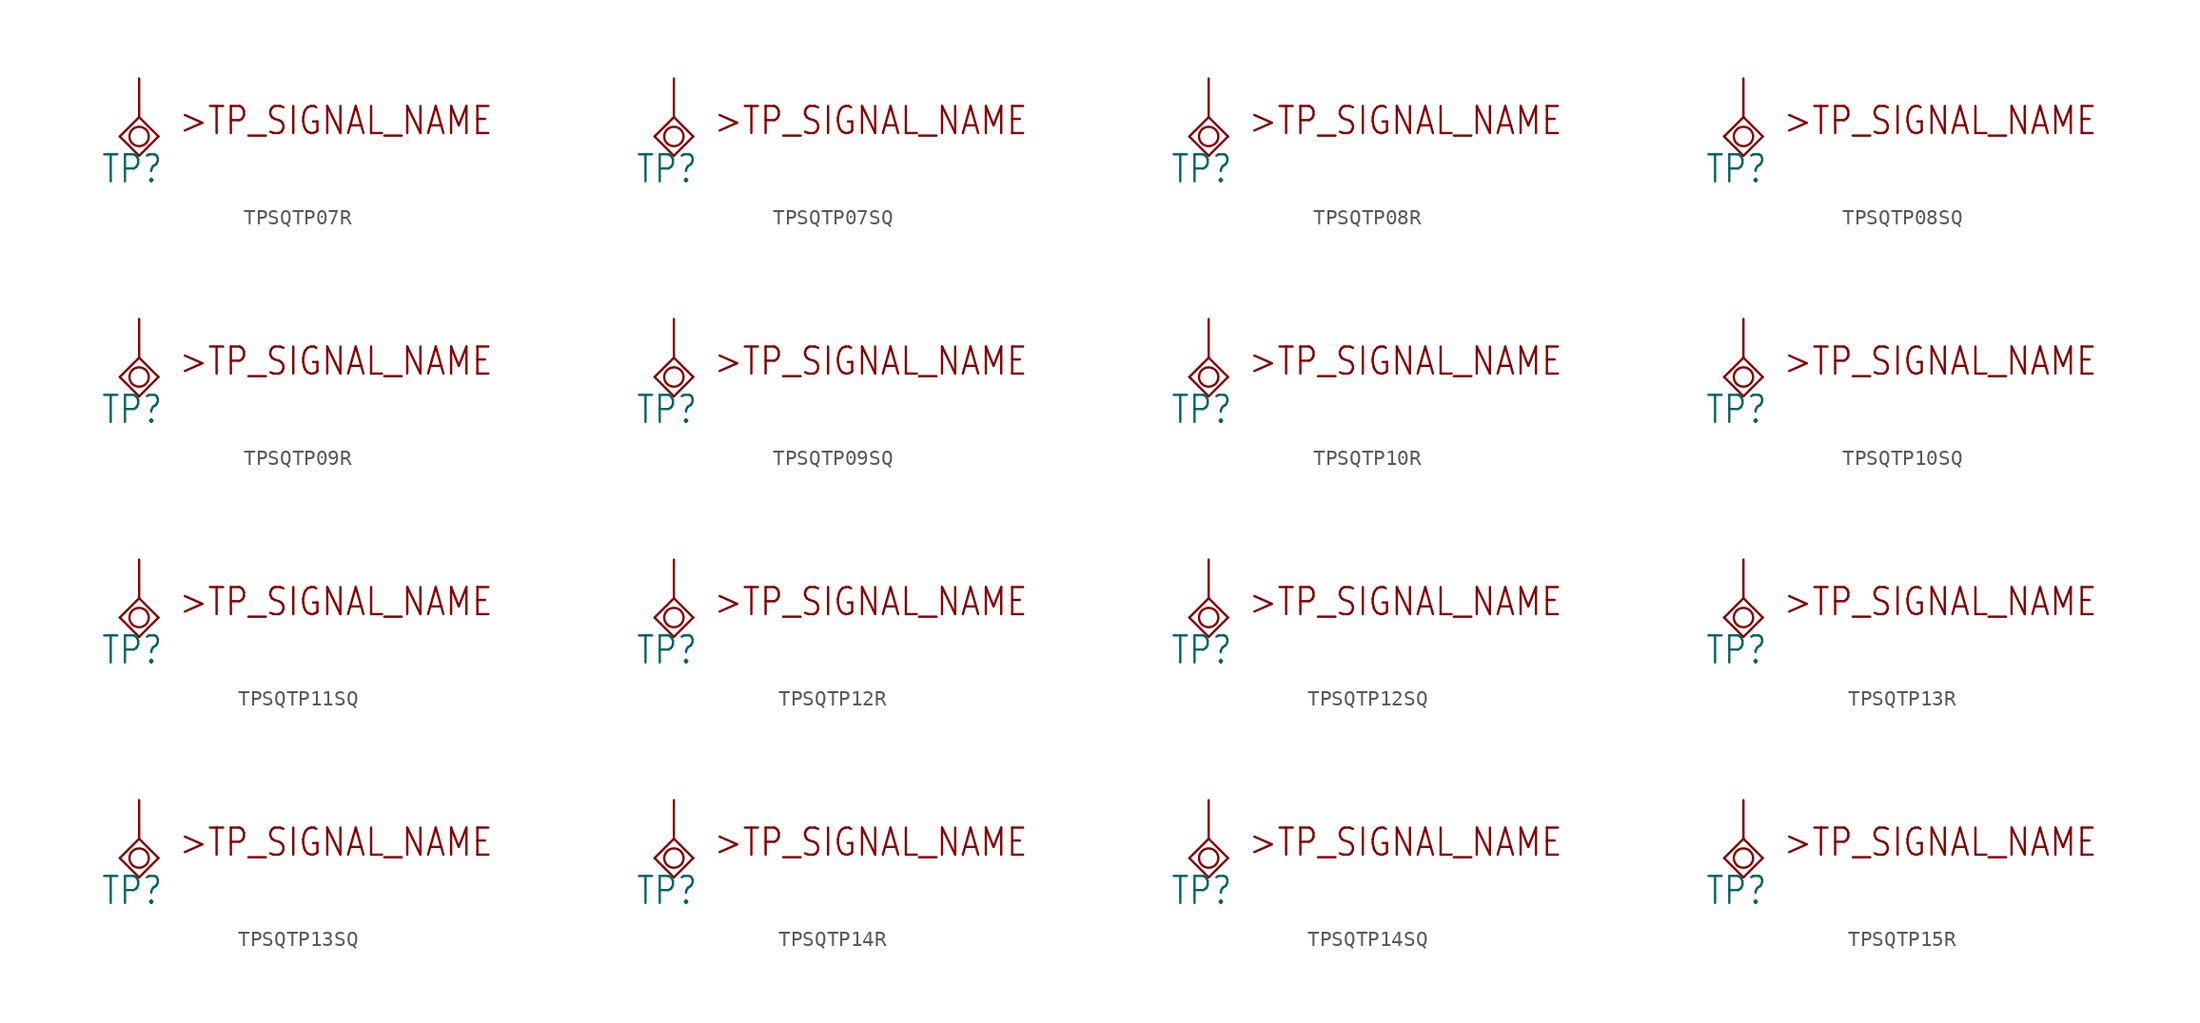
<source format=kicad_sym>
(kicad_symbol_lib
  (version 20211014)
  (generator kicad_symbol_editor)
  (symbol "TPSQTP07R"
    (property "Reference" "TP"
      (at -2.54 -4.445 0)
      (effects (font (size 1.778 1.511)) (justify left bottom)))
    (property "ki_locked" ""
      (at 0 0 0)
      (effects (font (size 1.27 1.27))))
    (symbol "TPSQTP07R_1_0"
      (circle (center 0 -1.27) (radius 0.635) (stroke (width 0.152) (type default) (color 0 0 0 0)) (fill (type none)))
      (polyline (pts (xy -1.27 -1.27) (xy 0 -2.54)) (stroke (width 0.152) (type default) (color 0 0 0 0)) (fill (type none)))
      (polyline (pts (xy 0 -2.54) (xy 1.27 -1.27)) (stroke (width 0.152) (type default) (color 0 0 0 0)) (fill (type none)))
      (polyline (pts (xy 0 0) (xy -1.27 -1.27)) (stroke (width 0.152) (type default) (color 0 0 0 0)) (fill (type none)))
      (polyline (pts (xy 1.27 -1.27) (xy 0 0)) (stroke (width 0.152) (type default) (color 0 0 0 0)) (fill (type none)))
      (text ">TP_SIGNAL_NAME" (at 2.54 -1.27 0) (effects (font (size 1.778 1.511)) (justify left bottom)))
      (pin input line (at 0 2.54 270) (length 2.54) (name "TP" (effects (font (size 0 0)))) (number "TP" (effects (font (size 0 0)))))))
  (symbol "TPSQTP07SQ"
    (property "Reference" "TP"
      (at -2.54 -4.445 0)
      (effects (font (size 1.778 1.511)) (justify left bottom)))
    (property "ki_locked" ""
      (at 0 0 0)
      (effects (font (size 1.27 1.27))))
    (symbol "TPSQTP07SQ_1_0"
      (circle (center 0 -1.27) (radius 0.635) (stroke (width 0.152) (type default) (color 0 0 0 0)) (fill (type none)))
      (polyline (pts (xy -1.27 -1.27) (xy 0 -2.54)) (stroke (width 0.152) (type default) (color 0 0 0 0)) (fill (type none)))
      (polyline (pts (xy 0 -2.54) (xy 1.27 -1.27)) (stroke (width 0.152) (type default) (color 0 0 0 0)) (fill (type none)))
      (polyline (pts (xy 0 0) (xy -1.27 -1.27)) (stroke (width 0.152) (type default) (color 0 0 0 0)) (fill (type none)))
      (polyline (pts (xy 1.27 -1.27) (xy 0 0)) (stroke (width 0.152) (type default) (color 0 0 0 0)) (fill (type none)))
      (text ">TP_SIGNAL_NAME" (at 2.54 -1.27 0) (effects (font (size 1.778 1.511)) (justify left bottom)))
      (pin input line (at 0 2.54 270) (length 2.54) (name "TP" (effects (font (size 0 0)))) (number "TP" (effects (font (size 0 0)))))))
  (symbol "TPSQTP08R"
    (property "Reference" "TP"
      (at -2.54 -4.445 0)
      (effects (font (size 1.778 1.511)) (justify left bottom)))
    (property "ki_locked" ""
      (at 0 0 0)
      (effects (font (size 1.27 1.27))))
    (symbol "TPSQTP08R_1_0"
      (circle (center 0 -1.27) (radius 0.635) (stroke (width 0.152) (type default) (color 0 0 0 0)) (fill (type none)))
      (polyline (pts (xy -1.27 -1.27) (xy 0 -2.54)) (stroke (width 0.152) (type default) (color 0 0 0 0)) (fill (type none)))
      (polyline (pts (xy 0 -2.54) (xy 1.27 -1.27)) (stroke (width 0.152) (type default) (color 0 0 0 0)) (fill (type none)))
      (polyline (pts (xy 0 0) (xy -1.27 -1.27)) (stroke (width 0.152) (type default) (color 0 0 0 0)) (fill (type none)))
      (polyline (pts (xy 1.27 -1.27) (xy 0 0)) (stroke (width 0.152) (type default) (color 0 0 0 0)) (fill (type none)))
      (text ">TP_SIGNAL_NAME" (at 2.54 -1.27 0) (effects (font (size 1.778 1.511)) (justify left bottom)))
      (pin input line (at 0 2.54 270) (length 2.54) (name "TP" (effects (font (size 0 0)))) (number "TP" (effects (font (size 0 0)))))))
  (symbol "TPSQTP08SQ"
    (property "Reference" "TP"
      (at -2.54 -4.445 0)
      (effects (font (size 1.778 1.511)) (justify left bottom)))
    (property "ki_locked" ""
      (at 0 0 0)
      (effects (font (size 1.27 1.27))))
    (symbol "TPSQTP08SQ_1_0"
      (circle (center 0 -1.27) (radius 0.635) (stroke (width 0.152) (type default) (color 0 0 0 0)) (fill (type none)))
      (polyline (pts (xy -1.27 -1.27) (xy 0 -2.54)) (stroke (width 0.152) (type default) (color 0 0 0 0)) (fill (type none)))
      (polyline (pts (xy 0 -2.54) (xy 1.27 -1.27)) (stroke (width 0.152) (type default) (color 0 0 0 0)) (fill (type none)))
      (polyline (pts (xy 0 0) (xy -1.27 -1.27)) (stroke (width 0.152) (type default) (color 0 0 0 0)) (fill (type none)))
      (polyline (pts (xy 1.27 -1.27) (xy 0 0)) (stroke (width 0.152) (type default) (color 0 0 0 0)) (fill (type none)))
      (text ">TP_SIGNAL_NAME" (at 2.54 -1.27 0) (effects (font (size 1.778 1.511)) (justify left bottom)))
      (pin input line (at 0 2.54 270) (length 2.54) (name "TP" (effects (font (size 0 0)))) (number "TP" (effects (font (size 0 0)))))))
  (symbol "TPSQTP09R"
    (property "Reference" "TP"
      (at -2.54 -4.445 0)
      (effects (font (size 1.778 1.511)) (justify left bottom)))
    (property "ki_locked" ""
      (at 0 0 0)
      (effects (font (size 1.27 1.27))))
    (symbol "TPSQTP09R_1_0"
      (circle (center 0 -1.27) (radius 0.635) (stroke (width 0.152) (type default) (color 0 0 0 0)) (fill (type none)))
      (polyline (pts (xy -1.27 -1.27) (xy 0 -2.54)) (stroke (width 0.152) (type default) (color 0 0 0 0)) (fill (type none)))
      (polyline (pts (xy 0 -2.54) (xy 1.27 -1.27)) (stroke (width 0.152) (type default) (color 0 0 0 0)) (fill (type none)))
      (polyline (pts (xy 0 0) (xy -1.27 -1.27)) (stroke (width 0.152) (type default) (color 0 0 0 0)) (fill (type none)))
      (polyline (pts (xy 1.27 -1.27) (xy 0 0)) (stroke (width 0.152) (type default) (color 0 0 0 0)) (fill (type none)))
      (text ">TP_SIGNAL_NAME" (at 2.54 -1.27 0) (effects (font (size 1.778 1.511)) (justify left bottom)))
      (pin input line (at 0 2.54 270) (length 2.54) (name "TP" (effects (font (size 0 0)))) (number "TP" (effects (font (size 0 0)))))))
  (symbol "TPSQTP09SQ"
    (property "Reference" "TP"
      (at -2.54 -4.445 0)
      (effects (font (size 1.778 1.511)) (justify left bottom)))
    (property "ki_locked" ""
      (at 0 0 0)
      (effects (font (size 1.27 1.27))))
    (symbol "TPSQTP09SQ_1_0"
      (circle (center 0 -1.27) (radius 0.635) (stroke (width 0.152) (type default) (color 0 0 0 0)) (fill (type none)))
      (polyline (pts (xy -1.27 -1.27) (xy 0 -2.54)) (stroke (width 0.152) (type default) (color 0 0 0 0)) (fill (type none)))
      (polyline (pts (xy 0 -2.54) (xy 1.27 -1.27)) (stroke (width 0.152) (type default) (color 0 0 0 0)) (fill (type none)))
      (polyline (pts (xy 0 0) (xy -1.27 -1.27)) (stroke (width 0.152) (type default) (color 0 0 0 0)) (fill (type none)))
      (polyline (pts (xy 1.27 -1.27) (xy 0 0)) (stroke (width 0.152) (type default) (color 0 0 0 0)) (fill (type none)))
      (text ">TP_SIGNAL_NAME" (at 2.54 -1.27 0) (effects (font (size 1.778 1.511)) (justify left bottom)))
      (pin input line (at 0 2.54 270) (length 2.54) (name "TP" (effects (font (size 0 0)))) (number "TP" (effects (font (size 0 0)))))))
  (symbol "TPSQTP10R"
    (property "Reference" "TP"
      (at -2.54 -4.445 0)
      (effects (font (size 1.778 1.511)) (justify left bottom)))
    (property "ki_locked" ""
      (at 0 0 0)
      (effects (font (size 1.27 1.27))))
    (symbol "TPSQTP10R_1_0"
      (circle (center 0 -1.27) (radius 0.635) (stroke (width 0.152) (type default) (color 0 0 0 0)) (fill (type none)))
      (polyline (pts (xy -1.27 -1.27) (xy 0 -2.54)) (stroke (width 0.152) (type default) (color 0 0 0 0)) (fill (type none)))
      (polyline (pts (xy 0 -2.54) (xy 1.27 -1.27)) (stroke (width 0.152) (type default) (color 0 0 0 0)) (fill (type none)))
      (polyline (pts (xy 0 0) (xy -1.27 -1.27)) (stroke (width 0.152) (type default) (color 0 0 0 0)) (fill (type none)))
      (polyline (pts (xy 1.27 -1.27) (xy 0 0)) (stroke (width 0.152) (type default) (color 0 0 0 0)) (fill (type none)))
      (text ">TP_SIGNAL_NAME" (at 2.54 -1.27 0) (effects (font (size 1.778 1.511)) (justify left bottom)))
      (pin input line (at 0 2.54 270) (length 2.54) (name "TP" (effects (font (size 0 0)))) (number "TP" (effects (font (size 0 0)))))))
  (symbol "TPSQTP10SQ"
    (property "Reference" "TP"
      (at -2.54 -4.445 0)
      (effects (font (size 1.778 1.511)) (justify left bottom)))
    (property "ki_locked" ""
      (at 0 0 0)
      (effects (font (size 1.27 1.27))))
    (symbol "TPSQTP10SQ_1_0"
      (circle (center 0 -1.27) (radius 0.635) (stroke (width 0.152) (type default) (color 0 0 0 0)) (fill (type none)))
      (polyline (pts (xy -1.27 -1.27) (xy 0 -2.54)) (stroke (width 0.152) (type default) (color 0 0 0 0)) (fill (type none)))
      (polyline (pts (xy 0 -2.54) (xy 1.27 -1.27)) (stroke (width 0.152) (type default) (color 0 0 0 0)) (fill (type none)))
      (polyline (pts (xy 0 0) (xy -1.27 -1.27)) (stroke (width 0.152) (type default) (color 0 0 0 0)) (fill (type none)))
      (polyline (pts (xy 1.27 -1.27) (xy 0 0)) (stroke (width 0.152) (type default) (color 0 0 0 0)) (fill (type none)))
      (text ">TP_SIGNAL_NAME" (at 2.54 -1.27 0) (effects (font (size 1.778 1.511)) (justify left bottom)))
      (pin input line (at 0 2.54 270) (length 2.54) (name "TP" (effects (font (size 0 0)))) (number "TP" (effects (font (size 0 0)))))))
  (symbol "TPSQTP11SQ"
    (property "Reference" "TP"
      (at -2.54 -4.445 0)
      (effects (font (size 1.778 1.511)) (justify left bottom)))
    (property "ki_locked" ""
      (at 0 0 0)
      (effects (font (size 1.27 1.27))))
    (symbol "TPSQTP11SQ_1_0"
      (circle (center 0 -1.27) (radius 0.635) (stroke (width 0.152) (type default) (color 0 0 0 0)) (fill (type none)))
      (polyline (pts (xy -1.27 -1.27) (xy 0 -2.54)) (stroke (width 0.152) (type default) (color 0 0 0 0)) (fill (type none)))
      (polyline (pts (xy 0 -2.54) (xy 1.27 -1.27)) (stroke (width 0.152) (type default) (color 0 0 0 0)) (fill (type none)))
      (polyline (pts (xy 0 0) (xy -1.27 -1.27)) (stroke (width 0.152) (type default) (color 0 0 0 0)) (fill (type none)))
      (polyline (pts (xy 1.27 -1.27) (xy 0 0)) (stroke (width 0.152) (type default) (color 0 0 0 0)) (fill (type none)))
      (text ">TP_SIGNAL_NAME" (at 2.54 -1.27 0) (effects (font (size 1.778 1.511)) (justify left bottom)))
      (pin input line (at 0 2.54 270) (length 2.54) (name "TP" (effects (font (size 0 0)))) (number "TP" (effects (font (size 0 0)))))))
  (symbol "TPSQTP12R"
    (property "Reference" "TP"
      (at -2.54 -4.445 0)
      (effects (font (size 1.778 1.511)) (justify left bottom)))
    (property "ki_locked" ""
      (at 0 0 0)
      (effects (font (size 1.27 1.27))))
    (symbol "TPSQTP12R_1_0"
      (circle (center 0 -1.27) (radius 0.635) (stroke (width 0.152) (type default) (color 0 0 0 0)) (fill (type none)))
      (polyline (pts (xy -1.27 -1.27) (xy 0 -2.54)) (stroke (width 0.152) (type default) (color 0 0 0 0)) (fill (type none)))
      (polyline (pts (xy 0 -2.54) (xy 1.27 -1.27)) (stroke (width 0.152) (type default) (color 0 0 0 0)) (fill (type none)))
      (polyline (pts (xy 0 0) (xy -1.27 -1.27)) (stroke (width 0.152) (type default) (color 0 0 0 0)) (fill (type none)))
      (polyline (pts (xy 1.27 -1.27) (xy 0 0)) (stroke (width 0.152) (type default) (color 0 0 0 0)) (fill (type none)))
      (text ">TP_SIGNAL_NAME" (at 2.54 -1.27 0) (effects (font (size 1.778 1.511)) (justify left bottom)))
      (pin input line (at 0 2.54 270) (length 2.54) (name "TP" (effects (font (size 0 0)))) (number "TP" (effects (font (size 0 0)))))))
  (symbol "TPSQTP12SQ"
    (property "Reference" "TP"
      (at -2.54 -4.445 0)
      (effects (font (size 1.778 1.511)) (justify left bottom)))
    (property "ki_locked" ""
      (at 0 0 0)
      (effects (font (size 1.27 1.27))))
    (symbol "TPSQTP12SQ_1_0"
      (circle (center 0 -1.27) (radius 0.635) (stroke (width 0.152) (type default) (color 0 0 0 0)) (fill (type none)))
      (polyline (pts (xy -1.27 -1.27) (xy 0 -2.54)) (stroke (width 0.152) (type default) (color 0 0 0 0)) (fill (type none)))
      (polyline (pts (xy 0 -2.54) (xy 1.27 -1.27)) (stroke (width 0.152) (type default) (color 0 0 0 0)) (fill (type none)))
      (polyline (pts (xy 0 0) (xy -1.27 -1.27)) (stroke (width 0.152) (type default) (color 0 0 0 0)) (fill (type none)))
      (polyline (pts (xy 1.27 -1.27) (xy 0 0)) (stroke (width 0.152) (type default) (color 0 0 0 0)) (fill (type none)))
      (text ">TP_SIGNAL_NAME" (at 2.54 -1.27 0) (effects (font (size 1.778 1.511)) (justify left bottom)))
      (pin input line (at 0 2.54 270) (length 2.54) (name "TP" (effects (font (size 0 0)))) (number "TP" (effects (font (size 0 0)))))))
  (symbol "TPSQTP13R"
    (property "Reference" "TP"
      (at -2.54 -4.445 0)
      (effects (font (size 1.778 1.511)) (justify left bottom)))
    (property "ki_locked" ""
      (at 0 0 0)
      (effects (font (size 1.27 1.27))))
    (symbol "TPSQTP13R_1_0"
      (circle (center 0 -1.27) (radius 0.635) (stroke (width 0.152) (type default) (color 0 0 0 0)) (fill (type none)))
      (polyline (pts (xy -1.27 -1.27) (xy 0 -2.54)) (stroke (width 0.152) (type default) (color 0 0 0 0)) (fill (type none)))
      (polyline (pts (xy 0 -2.54) (xy 1.27 -1.27)) (stroke (width 0.152) (type default) (color 0 0 0 0)) (fill (type none)))
      (polyline (pts (xy 0 0) (xy -1.27 -1.27)) (stroke (width 0.152) (type default) (color 0 0 0 0)) (fill (type none)))
      (polyline (pts (xy 1.27 -1.27) (xy 0 0)) (stroke (width 0.152) (type default) (color 0 0 0 0)) (fill (type none)))
      (text ">TP_SIGNAL_NAME" (at 2.54 -1.27 0) (effects (font (size 1.778 1.511)) (justify left bottom)))
      (pin input line (at 0 2.54 270) (length 2.54) (name "TP" (effects (font (size 0 0)))) (number "TP" (effects (font (size 0 0)))))))
  (symbol "TPSQTP13SQ"
    (property "Reference" "TP"
      (at -2.54 -4.445 0)
      (effects (font (size 1.778 1.511)) (justify left bottom)))
    (property "ki_locked" ""
      (at 0 0 0)
      (effects (font (size 1.27 1.27))))
    (symbol "TPSQTP13SQ_1_0"
      (circle (center 0 -1.27) (radius 0.635) (stroke (width 0.152) (type default) (color 0 0 0 0)) (fill (type none)))
      (polyline (pts (xy -1.27 -1.27) (xy 0 -2.54)) (stroke (width 0.152) (type default) (color 0 0 0 0)) (fill (type none)))
      (polyline (pts (xy 0 -2.54) (xy 1.27 -1.27)) (stroke (width 0.152) (type default) (color 0 0 0 0)) (fill (type none)))
      (polyline (pts (xy 0 0) (xy -1.27 -1.27)) (stroke (width 0.152) (type default) (color 0 0 0 0)) (fill (type none)))
      (polyline (pts (xy 1.27 -1.27) (xy 0 0)) (stroke (width 0.152) (type default) (color 0 0 0 0)) (fill (type none)))
      (text ">TP_SIGNAL_NAME" (at 2.54 -1.27 0) (effects (font (size 1.778 1.511)) (justify left bottom)))
      (pin input line (at 0 2.54 270) (length 2.54) (name "TP" (effects (font (size 0 0)))) (number "TP" (effects (font (size 0 0)))))))
  (symbol "TPSQTP14R"
    (property "Reference" "TP"
      (at -2.54 -4.445 0)
      (effects (font (size 1.778 1.511)) (justify left bottom)))
    (property "ki_locked" ""
      (at 0 0 0)
      (effects (font (size 1.27 1.27))))
    (symbol "TPSQTP14R_1_0"
      (circle (center 0 -1.27) (radius 0.635) (stroke (width 0.152) (type default) (color 0 0 0 0)) (fill (type none)))
      (polyline (pts (xy -1.27 -1.27) (xy 0 -2.54)) (stroke (width 0.152) (type default) (color 0 0 0 0)) (fill (type none)))
      (polyline (pts (xy 0 -2.54) (xy 1.27 -1.27)) (stroke (width 0.152) (type default) (color 0 0 0 0)) (fill (type none)))
      (polyline (pts (xy 0 0) (xy -1.27 -1.27)) (stroke (width 0.152) (type default) (color 0 0 0 0)) (fill (type none)))
      (polyline (pts (xy 1.27 -1.27) (xy 0 0)) (stroke (width 0.152) (type default) (color 0 0 0 0)) (fill (type none)))
      (text ">TP_SIGNAL_NAME" (at 2.54 -1.27 0) (effects (font (size 1.778 1.511)) (justify left bottom)))
      (pin input line (at 0 2.54 270) (length 2.54) (name "TP" (effects (font (size 0 0)))) (number "TP" (effects (font (size 0 0)))))))
  (symbol "TPSQTP14SQ"
    (property "Reference" "TP"
      (at -2.54 -4.445 0)
      (effects (font (size 1.778 1.511)) (justify left bottom)))
    (property "ki_locked" ""
      (at 0 0 0)
      (effects (font (size 1.27 1.27))))
    (symbol "TPSQTP14SQ_1_0"
      (circle (center 0 -1.27) (radius 0.635) (stroke (width 0.152) (type default) (color 0 0 0 0)) (fill (type none)))
      (polyline (pts (xy -1.27 -1.27) (xy 0 -2.54)) (stroke (width 0.152) (type default) (color 0 0 0 0)) (fill (type none)))
      (polyline (pts (xy 0 -2.54) (xy 1.27 -1.27)) (stroke (width 0.152) (type default) (color 0 0 0 0)) (fill (type none)))
      (polyline (pts (xy 0 0) (xy -1.27 -1.27)) (stroke (width 0.152) (type default) (color 0 0 0 0)) (fill (type none)))
      (polyline (pts (xy 1.27 -1.27) (xy 0 0)) (stroke (width 0.152) (type default) (color 0 0 0 0)) (fill (type none)))
      (text ">TP_SIGNAL_NAME" (at 2.54 -1.27 0) (effects (font (size 1.778 1.511)) (justify left bottom)))
      (pin input line (at 0 2.54 270) (length 2.54) (name "TP" (effects (font (size 0 0)))) (number "TP" (effects (font (size 0 0)))))))
  (symbol "TPSQTP15R"
    (property "Reference" "TP"
      (at -2.54 -4.445 0)
      (effects (font (size 1.778 1.511)) (justify left bottom)))
    (property "ki_locked" ""
      (at 0 0 0)
      (effects (font (size 1.27 1.27))))
    (symbol "TPSQTP15R_1_0"
      (circle (center 0 -1.27) (radius 0.635) (stroke (width 0.152) (type default) (color 0 0 0 0)) (fill (type none)))
      (polyline (pts (xy -1.27 -1.27) (xy 0 -2.54)) (stroke (width 0.152) (type default) (color 0 0 0 0)) (fill (type none)))
      (polyline (pts (xy 0 -2.54) (xy 1.27 -1.27)) (stroke (width 0.152) (type default) (color 0 0 0 0)) (fill (type none)))
      (polyline (pts (xy 0 0) (xy -1.27 -1.27)) (stroke (width 0.152) (type default) (color 0 0 0 0)) (fill (type none)))
      (polyline (pts (xy 1.27 -1.27) (xy 0 0)) (stroke (width 0.152) (type default) (color 0 0 0 0)) (fill (type none)))
      (text ">TP_SIGNAL_NAME" (at 2.54 -1.27 0) (effects (font (size 1.778 1.511)) (justify left bottom)))
      (pin input line (at 0 2.54 270) (length 2.54) (name "TP" (effects (font (size 0 0)))) (number "TP" (effects (font (size 0 0))))))))
</source>
